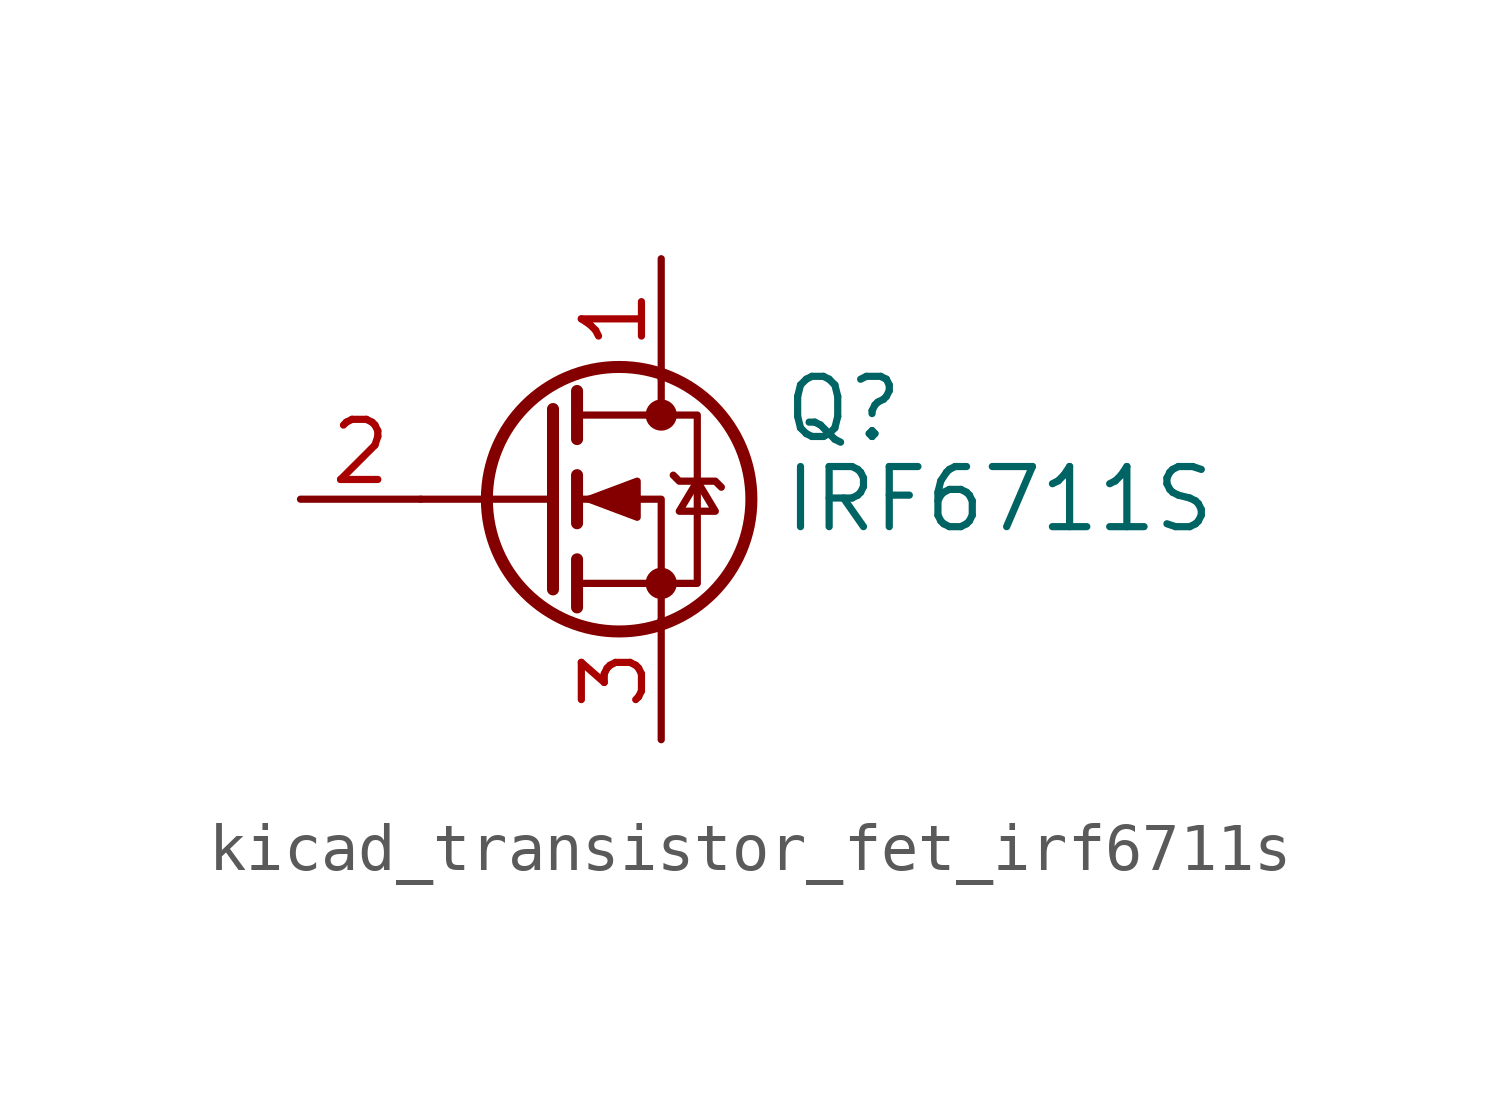
<source format=kicad_sym>
(kicad_symbol_lib
  (version 20220914)
  (generator kicad_symbol_editor)
  (symbol "kicad_transistor_fet_irf6711s"
    (pin_names hide)
    (property "Reference" "Q"
      (at 5.08 1.905 0)
      (effects (font (size 1.27 1.27)) (justify left)))
    (property "Value" "IRF6711S"
      (at 5.08 0 0)
      (effects (font (size 1.27 1.27)) (justify left)))
    (symbol "kicad_transistor_fet_irf6711s_0_1"
      (polyline (pts (xy 0.254 0) (xy -2.54 0)) (stroke (width 0) (type default)) (fill (type none)))
      (polyline (pts (xy 0.254 1.905) (xy 0.254 -1.905)) (stroke (width 0.254) (type default)) (fill (type none)))
      (polyline (pts (xy 0.762 -1.27) (xy 0.762 -2.286)) (stroke (width 0.254) (type default)) (fill (type none)))
      (polyline (pts (xy 0.762 0.508) (xy 0.762 -0.508)) (stroke (width 0.254) (type default)) (fill (type none)))
      (polyline (pts (xy 0.762 2.286) (xy 0.762 1.27)) (stroke (width 0.254) (type default)) (fill (type none)))
      (polyline (pts (xy 2.54 2.54) (xy 2.54 1.778)) (stroke (width 0) (type default)) (fill (type none)))
      (polyline (pts (xy 2.54 -2.54) (xy 2.54 0) (xy 0.762 0)) (stroke (width 0) (type default)) (fill (type none)))
      (polyline (pts (xy 0.762 -1.778) (xy 3.302 -1.778) (xy 3.302 1.778) (xy 0.762 1.778)) (stroke (width 0) (type default)) (fill (type none)))
      (polyline (pts (xy 1.016 0) (xy 2.032 0.381) (xy 2.032 -0.381) (xy 1.016 0)) (stroke (width 0) (type default)) (fill (type outline)))
      (polyline (pts (xy 2.794 0.508) (xy 2.921 0.381) (xy 3.683 0.381) (xy 3.81 0.254)) (stroke (width 0) (type default)) (fill (type none)))
      (polyline (pts (xy 3.302 0.381) (xy 2.921 -0.254) (xy 3.683 -0.254) (xy 3.302 0.381)) (stroke (width 0) (type default)) (fill (type none)))
      (circle (center 1.651 0) (radius 2.794) (stroke (width 0.254) (type default)) (fill (type none)))
      (circle (center 2.54 -1.778) (radius 0.254) (stroke (width 0) (type default)) (fill (type outline)))
      (circle (center 2.54 1.778) (radius 0.254) (stroke (width 0) (type default)) (fill (type outline))))
    (symbol "kicad_transistor_fet_irf6711s_1_1"
      (pin passive line (at 2.54 5.08 270) (length 2.54) (name "D" (effects (font (size 1.27 1.27)))) (number "1" (effects (font (size 1.27 1.27)))))
      (pin input line (at -5.08 0 0) (length 2.54) (name "G" (effects (font (size 1.27 1.27)))) (number "2" (effects (font (size 1.27 1.27)))))
      (pin passive line (at 2.54 -5.08 90) (length 2.54) (name "S" (effects (font (size 1.27 1.27)))) (number "3" (effects (font (size 1.27 1.27))))))))
</source>
